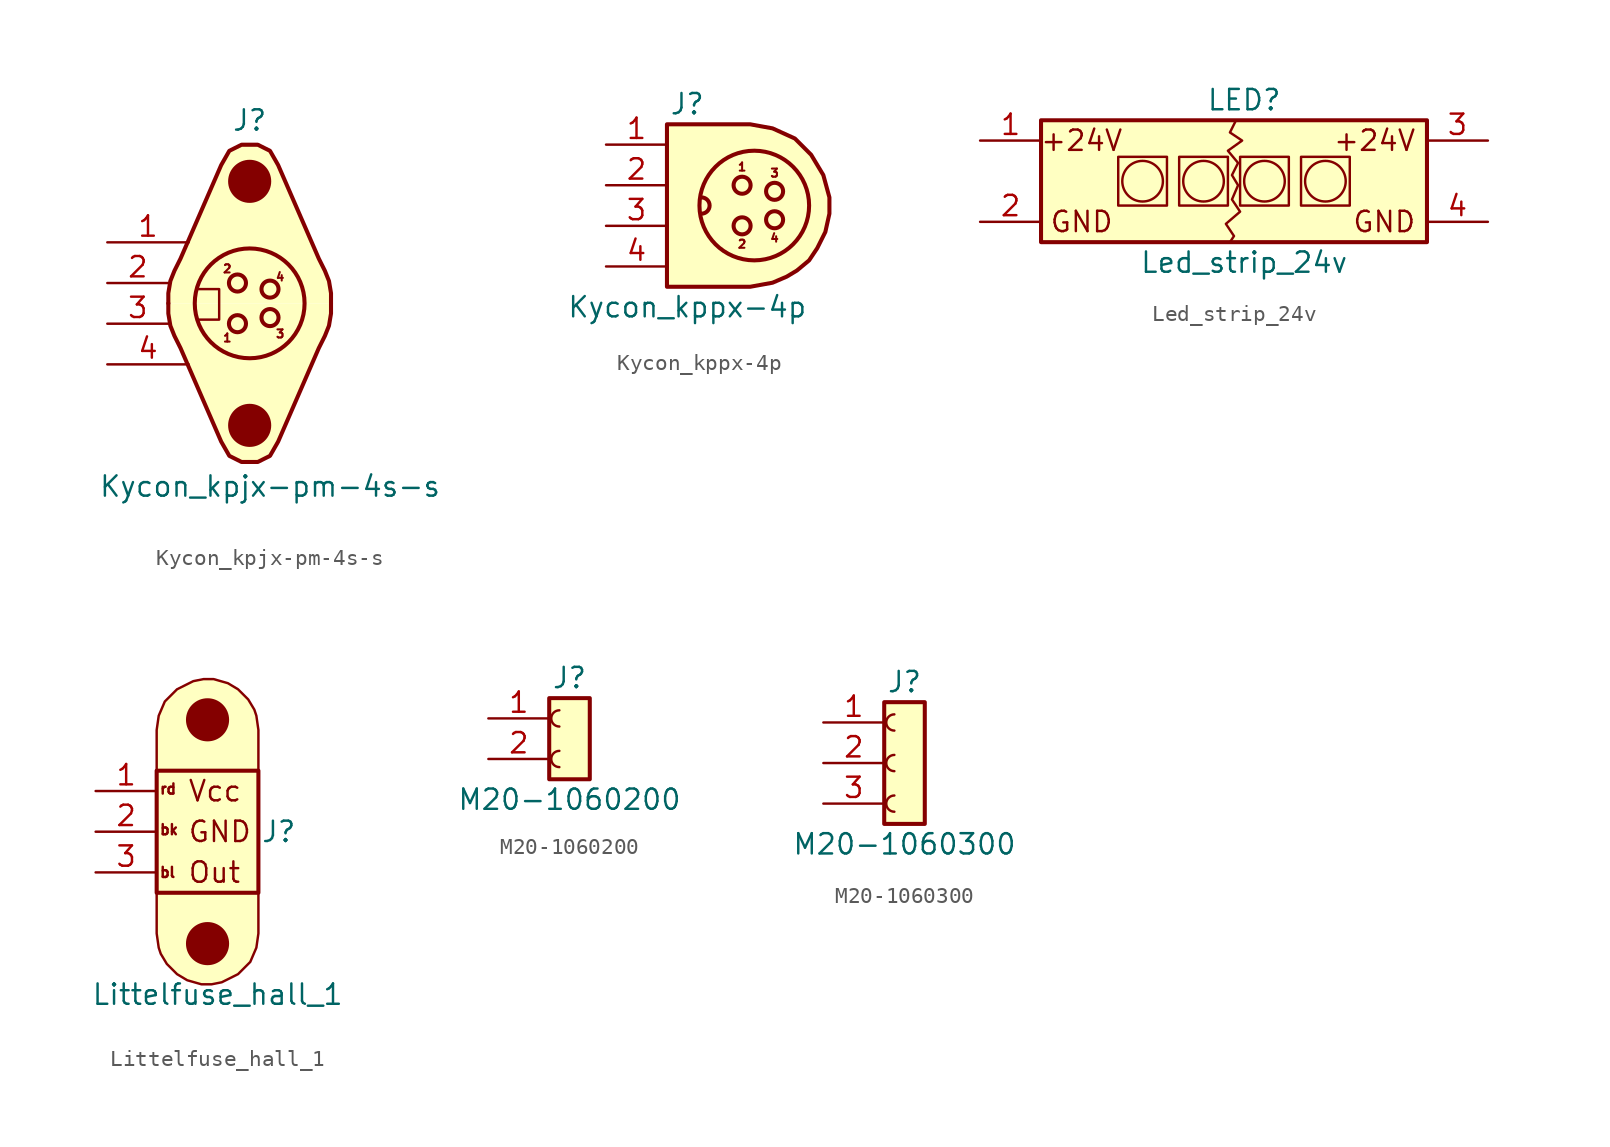
<source format=kicad_sym>
(kicad_symbol_lib
  (version 20220914)
  (generator kicad_symbol_editor)
  (symbol "Kycon_kpjx-pm-4s-s"
    (pin_names
      (offset 1.016) hide)
    (property "Reference" "J"
      (at 5.08 11.43 0)
      (effects (font (size 1.27 1.27))))
    (property "Value" "Kycon_kpjx-pm-4s-s"
      (at 6.35 -11.43 0)
      (effects (font (size 1.27 1.27))))
    (symbol "Kycon_kpjx-pm-4s-s_0_0"
      (polyline (pts (xy 0 0) (xy 0 0.635) (xy 0.127 1.397) (xy 0.381 2.032) (xy 0.762 2.794) (xy 3.302 8.636) (xy 3.81 9.525) (xy 4.572 9.906) (xy 5.588 9.906) (xy 6.35 9.525) (xy 6.858 8.636) (xy 9.398 2.794) (xy 9.779 2.032) (xy 10.033 1.397) (xy 10.16 0.635) (xy 10.16 0)) (stroke (width 0.254) (type default)) (fill (type background)))
      (polyline (pts (xy 10.16 0) (xy 10.16 -0.635) (xy 10.033 -1.397) (xy 9.779 -2.032) (xy 9.398 -2.794) (xy 6.858 -8.636) (xy 6.35 -9.525) (xy 5.588 -9.906) (xy 4.572 -9.906) (xy 3.81 -9.525) (xy 3.302 -8.636) (xy 0.762 -2.794) (xy 0.381 -2.032) (xy 0.127 -1.397) (xy 0 -0.635) (xy 0 0)) (stroke (width 0.254) (type default)) (fill (type background)))
      (circle (center 5.08 0) (radius 3.429) (stroke (width 0.254) (type default)) (fill (type none)))
      (text "1" (at 3.683 -2.159 0) (effects (font (size 0.508 0.508))))
      (text "2" (at 3.683 2.159 0) (effects (font (size 0.508 0.508))))
      (text "3" (at 6.985 -1.905 0) (effects (font (size 0.508 0.508))))
      (text "4" (at 6.985 1.651 0) (effects (font (size 0.508 0.508)))))
    (symbol "Kycon_kpjx-pm-4s-s_0_1"
      (polyline (pts (xy 1.905 0.889) (xy 3.175 0.889) (xy 3.175 -1.016) (xy 1.905 -1.016)) (stroke (width 0.152) (type default)) (fill (type none)))
      (circle (center 5.08 -7.62) (radius 1.27) (stroke (width 0.152) (type default)) (fill (type outline)))
      (circle (center 5.08 7.62) (radius 1.27) (stroke (width 0.152) (type default)) (fill (type outline))))
    (symbol "Kycon_kpjx-pm-4s-s_1_1"
      (circle (center 4.318 -1.27) (radius 0.533) (stroke (width 0.254) (type default)) (fill (type none)))
      (circle (center 4.318 1.27) (radius 0.533) (stroke (width 0.254) (type default)) (fill (type none)))
      (circle (center 6.35 -0.889) (radius 0.533) (stroke (width 0.254) (type default)) (fill (type none)))
      (circle (center 6.35 0.889) (radius 0.533) (stroke (width 0.254) (type default)) (fill (type none)))
      (pin passive line (at -3.81 3.81 0) (length 5.08) (name "Pin_1" (effects (font (size 1.27 1.27)))) (number "1" (effects (font (size 1.27 1.27)))))
      (pin passive line (at -3.81 1.27 0) (length 3.81) (name "Pin_2" (effects (font (size 1.27 1.27)))) (number "2" (effects (font (size 1.27 1.27)))))
      (pin passive line (at -3.81 -1.27 0) (length 3.81) (name "Pin_3" (effects (font (size 1.27 1.27)))) (number "3" (effects (font (size 1.27 1.27)))))
      (pin passive line (at -3.81 -3.81 0) (length 5.08) (name "Pin_4" (effects (font (size 1.27 1.27)))) (number "4" (effects (font (size 1.27 1.27)))))))
  (symbol "Kycon_kppx-4p"
    (pin_names
      (offset 1.016) hide)
    (property "Reference" "J"
      (at 1.27 6.35 0)
      (effects (font (size 1.27 1.27))))
    (property "Value" "Kycon_kppx-4p"
      (at 1.27 -6.35 0)
      (effects (font (size 1.27 1.27))))
    (symbol "Kycon_kppx-4p_0_0"
      (polyline (pts (xy 0 -5.08) (xy 0 5.08) (xy 5.207 5.08) (xy 6.604 4.826) (xy 8.001 4.191) (xy 9.017 3.175) (xy 9.779 1.905) (xy 10.16 0.508) (xy 10.16 -0.508) (xy 9.906 -1.651) (xy 9.398 -2.667) (xy 8.89 -3.429) (xy 8.128 -4.064) (xy 7.493 -4.445) (xy 6.604 -4.826) (xy 5.207 -5.08) (xy 0 -5.08)) (stroke (width 0.254) (type default)) (fill (type background)))
      (arc (start 2.159 -0.508) (mid 2.6648 0) (end 2.159 0.508) (stroke (width 0.254) (type default)) (fill (type none)))
      (circle (center 5.461 0) (radius 3.429) (stroke (width 0.254) (type default)) (fill (type none)))
      (text "1" (at 4.699 2.413 0) (effects (font (size 0.508 0.508))))
      (text "2" (at 4.699 -2.413 0) (effects (font (size 0.508 0.508))))
      (text "3" (at 6.731 2.032 0) (effects (font (size 0.508 0.508))))
      (text "4" (at 6.731 -2.032 0) (effects (font (size 0.508 0.508)))))
    (symbol "Kycon_kppx-4p_1_1"
      (circle (center 4.699 -1.27) (radius 0.533) (stroke (width 0.254) (type default)) (fill (type none)))
      (circle (center 4.699 1.27) (radius 0.533) (stroke (width 0.254) (type default)) (fill (type none)))
      (circle (center 6.731 -0.889) (radius 0.533) (stroke (width 0.254) (type default)) (fill (type none)))
      (circle (center 6.731 0.889) (radius 0.533) (stroke (width 0.254) (type default)) (fill (type none)))
      (pin passive line (at -3.81 3.81 0) (length 3.81) (name "Pin_1" (effects (font (size 1.27 1.27)))) (number "1" (effects (font (size 1.27 1.27)))))
      (pin passive line (at -3.81 1.27 0) (length 3.81) (name "Pin_2" (effects (font (size 1.27 1.27)))) (number "2" (effects (font (size 1.27 1.27)))))
      (pin passive line (at -3.81 -1.27 0) (length 3.81) (name "Pin_3" (effects (font (size 1.27 1.27)))) (number "3" (effects (font (size 1.27 1.27)))))
      (pin passive line (at -3.81 -3.81 0) (length 3.81) (name "Pin_4" (effects (font (size 1.27 1.27)))) (number "4" (effects (font (size 1.27 1.27)))))))
  (symbol "Led_strip_24v"
    (pin_names
      (offset 1.016) hide)
    (property "Reference" "LED"
      (at 0 5.08 0)
      (effects (font (size 1.27 1.27))))
    (property "Value" "Led_strip_24v"
      (at 0 -5.08 0)
      (effects (font (size 1.27 1.27))))
    (symbol "Led_strip_24v_0_0"
      (text "GND" (at 10.795 -2.54 0) (effects (font (size 1.27 1.27)) (justify right))))
    (symbol "Led_strip_24v_1_1"
      (rectangle (start -12.7 3.81) (end 11.43 -3.81) (stroke (width 0.254) (type default)) (fill (type background)))
      (rectangle (start -7.874 -1.524) (end -4.826 1.524) (stroke (width 0) (type default)) (fill (type none)))
      (circle (center -6.35 0) (radius 1.27) (stroke (width 0) (type default)) (fill (type none)))
      (rectangle (start -4.064 -1.524) (end -1.016 1.524) (stroke (width 0) (type default)) (fill (type none)))
      (circle (center -2.54 0) (radius 1.27) (stroke (width 0) (type default)) (fill (type none)))
      (rectangle (start -0.254 -1.524) (end 2.794 1.524) (stroke (width 0) (type default)) (fill (type none)))
      (polyline (pts (xy -0.508 3.81) (xy -0.889 3.048) (xy -0.127 2.54) (xy -1.016 1.905) (xy -0.381 1.143) (xy -0.762 0.381) (xy -0.381 -0.254) (xy -0.762 -1.143) (xy -0.254 -1.905) (xy -1.143 -2.667) (xy -0.635 -3.429) (xy -0.889 -3.81) (xy -0.762 -3.81)) (stroke (width 0) (type default)) (fill (type none)))
      (circle (center 1.27 0) (radius 1.27) (stroke (width 0) (type default)) (fill (type none)))
      (rectangle (start 3.556 -1.524) (end 6.604 1.524) (stroke (width 0) (type default)) (fill (type none)))
      (circle (center 5.08 0) (radius 1.27) (stroke (width 0) (type default)) (fill (type none)))
      (text "+24V" (at -10.16 2.54 0) (effects (font (size 1.27 1.27))))
      (text "+24V" (at 10.795 2.54 0) (effects (font (size 1.27 1.27)) (justify right)))
      (text "GND" (at -10.16 -2.54 0) (effects (font (size 1.27 1.27))))
      (pin passive line (at -16.51 2.54 0) (length 3.81) (name "24v_1" (effects (font (size 1.27 1.27)))) (number "1" (effects (font (size 1.27 1.27)))))
      (pin passive line (at -16.51 -2.54 0) (length 3.81) (name "gnd_1" (effects (font (size 1.27 1.27)))) (number "2" (effects (font (size 1.27 1.27)))))
      (pin passive line (at 15.24 2.54 180) (length 3.81) (name "24v_2" (effects (font (size 1.27 1.27)))) (number "3" (effects (font (size 1.27 1.27)))))
      (pin passive line (at 15.24 -2.54 180) (length 3.81) (name "gnd_2" (effects (font (size 1.27 1.27)))) (number "4" (effects (font (size 1.27 1.27)))))))
  (symbol "Littelfuse_hall_1"
    (pin_names
      (offset 1.016) hide)
    (property "Reference" "J"
      (at 6.35 0 0)
      (effects (font (size 1.27 1.27))))
    (property "Value" "Littelfuse_hall_1"
      (at 2.54 -10.16 0)
      (effects (font (size 1.27 1.27))))
    (symbol "Littelfuse_hall_1_0_0"
      (text "bl" (at -1.143 -2.54 0) (effects (font (size 0.635 0.635)) (justify left)))
      (text "GND" (at 0.635 0 0) (effects (font (size 1.27 1.27)) (justify left)))
      (text "Out" (at 0.635 -2.54 0) (effects (font (size 1.27 1.27)) (justify left)))
      (text "Vcc" (at 0.635 2.54 0) (effects (font (size 1.27 1.27)) (justify left))))
    (symbol "Littelfuse_hall_1_0_1"
      (polyline (pts (xy -1.27 3.81) (xy -1.27 6.35) (xy -1.143 7.239) (xy -0.762 8.128) (xy 0 8.89) (xy 1.016 9.398) (xy 1.651 9.525) (xy 2.286 9.525) (xy 3.175 9.271) (xy 3.81 8.89) (xy 4.445 8.255) (xy 4.826 7.62) (xy 4.953 7.239) (xy 5.08 6.35) (xy 5.08 3.81) (xy -1.27 3.81)) (stroke (width 0) (type default)) (fill (type background)))
      (circle (center 1.905 6.985) (radius 1.27) (stroke (width 0) (type default)) (fill (type outline))))
    (symbol "Littelfuse_hall_1_1_1"
      (rectangle (start -1.27 3.81) (end 5.08 -3.81) (stroke (width 0.254) (type default)) (fill (type background)))
      (polyline (pts (xy 5.08 -3.81) (xy 5.08 -6.35) (xy 4.953 -7.239) (xy 4.572 -8.128) (xy 3.81 -8.89) (xy 2.794 -9.398) (xy 2.159 -9.525) (xy 1.524 -9.525) (xy 0.635 -9.271) (xy 0 -8.89) (xy -0.635 -8.255) (xy -1.016 -7.62) (xy -1.143 -7.239) (xy -1.27 -6.35) (xy -1.27 -3.81) (xy 5.08 -3.81)) (stroke (width 0) (type default)) (fill (type background)))
      (circle (center 1.905 -6.985) (radius 1.27) (stroke (width 0) (type default)) (fill (type outline)))
      (text "bk" (at -1.143 0.127 0) (effects (font (size 0.635 0.635)) (justify left)))
      (text "rd" (at -1.143 2.667 0) (effects (font (size 0.635 0.635)) (justify left)))
      (pin passive line (at -5.08 2.54 0) (length 3.81) (name "Pin_1" (effects (font (size 1.27 1.27)))) (number "1" (effects (font (size 1.27 1.27)))))
      (pin passive line (at -5.08 0 0) (length 3.81) (name "Pin_2" (effects (font (size 1.27 1.27)))) (number "2" (effects (font (size 1.27 1.27)))))
      (pin passive line (at -5.08 -2.54 0) (length 3.81) (name "Pin_3" (effects (font (size 1.27 1.27)))) (number "3" (effects (font (size 1.27 1.27)))))))
  (symbol "M20-1060200"
    (pin_names
      (offset 1.016) hide)
    (property "Reference" "J"
      (at 1.27 3.81 0)
      (effects (font (size 1.27 1.27))))
    (property "Value" "M20-1060200"
      (at 1.27 -3.81 0)
      (effects (font (size 1.27 1.27))))
    (symbol "M20-1060200_1_1"
      (rectangle (start 0 2.54) (end 2.54 -2.54) (stroke (width 0.254) (type default)) (fill (type background)))
      (arc (start 0.635 -0.762) (mid 0.1292 -1.27) (end 0.635 -1.778) (stroke (width 0) (type default)) (fill (type none)))
      (arc (start 0.635 1.778) (mid 0.1292 1.27) (end 0.635 0.762) (stroke (width 0) (type default)) (fill (type none)))
      (pin passive line (at -3.81 1.27 0) (length 3.81) (name "Pin_1" (effects (font (size 1.27 1.27)))) (number "1" (effects (font (size 1.27 1.27)))))
      (pin passive line (at -3.81 -1.27 0) (length 3.81) (name "Pin_2" (effects (font (size 1.27 1.27)))) (number "2" (effects (font (size 1.27 1.27)))))))
  (symbol "M20-1060300"
    (pin_names
      (offset 1.016) hide)
    (property "Reference" "J"
      (at 1.27 5.08 0)
      (effects (font (size 1.27 1.27))))
    (property "Value" "M20-1060300"
      (at 1.27 -5.08 0)
      (effects (font (size 1.27 1.27))))
    (symbol "M20-1060300_1_1"
      (rectangle (start 0 3.81) (end 2.54 -3.81) (stroke (width 0.254) (type default)) (fill (type background)))
      (arc (start 0.635 -2.032) (mid 0.1292 -2.54) (end 0.635 -3.048) (stroke (width 0) (type default)) (fill (type none)))
      (arc (start 0.635 0.508) (mid 0.1292 0) (end 0.635 -0.508) (stroke (width 0) (type default)) (fill (type none)))
      (arc (start 0.635 3.048) (mid 0.1292 2.54) (end 0.635 2.032) (stroke (width 0) (type default)) (fill (type none)))
      (pin passive line (at -3.81 2.54 0) (length 3.81) (name "Pin_1" (effects (font (size 1.27 1.27)))) (number "1" (effects (font (size 1.27 1.27)))))
      (pin passive line (at -3.81 0 0) (length 3.81) (name "Pin_2" (effects (font (size 1.27 1.27)))) (number "2" (effects (font (size 1.27 1.27)))))
      (pin passive line (at -3.81 -2.54 0) (length 3.81) (name "Pin_3" (effects (font (size 1.27 1.27)))) (number "3" (effects (font (size 1.27 1.27))))))))
</source>
